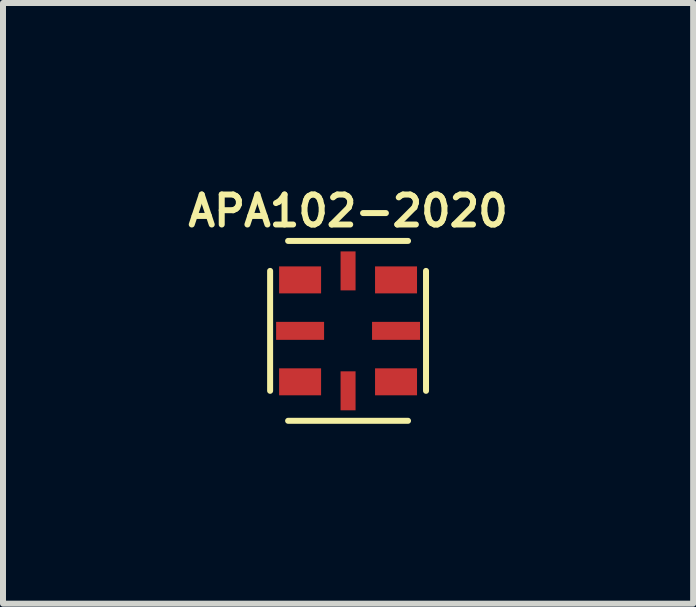
<source format=kicad_pcb>
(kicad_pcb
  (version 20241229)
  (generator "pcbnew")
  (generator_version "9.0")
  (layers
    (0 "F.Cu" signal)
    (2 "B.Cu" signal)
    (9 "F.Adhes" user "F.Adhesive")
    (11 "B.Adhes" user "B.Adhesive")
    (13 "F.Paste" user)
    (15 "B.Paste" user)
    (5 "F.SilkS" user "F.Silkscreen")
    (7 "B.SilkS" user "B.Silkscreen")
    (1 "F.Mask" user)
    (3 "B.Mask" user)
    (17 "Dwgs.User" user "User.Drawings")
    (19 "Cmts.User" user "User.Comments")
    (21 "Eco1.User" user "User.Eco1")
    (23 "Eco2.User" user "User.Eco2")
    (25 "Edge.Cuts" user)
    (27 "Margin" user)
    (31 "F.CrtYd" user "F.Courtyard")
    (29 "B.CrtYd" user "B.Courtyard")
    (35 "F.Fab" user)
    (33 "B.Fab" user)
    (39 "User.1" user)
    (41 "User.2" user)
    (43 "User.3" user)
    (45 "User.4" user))
  (footprint "APA102-2020"
    (layer "F.Cu")
    (at 2.755 2.468)
    (property "Reference" "APA102-2020" (at 0 -2 0) (layer "F.SilkS") (effects (font (size 0.5 0.5) (thickness 0.1))))
    (attr through_hole)
    (fp_line (start -1.3 -1) (end -1.3 1) (stroke (width 0.1) (type solid)) (layer "F.SilkS"))
    (fp_line (start -1 -1.5) (end 1 -1.5) (stroke (width 0.1) (type solid)) (layer "F.SilkS"))
    (fp_line (start -1 1.5) (end 1 1.5) (stroke (width 0.1) (type solid)) (layer "F.SilkS"))
    (fp_line (start 1.3 -1) (end 1.3 1) (stroke (width 0.1) (type solid)) (layer "F.SilkS"))
    (pad "1" smd rect (at -0.8 -0.85) (size 0.7 0.45) (layers "F.Cu" "F.Mask" "F.Paste"))
    (pad "1" smd rect (at 0 -1) (size 0.25 0.65) (layers "F.Cu" "F.Mask" "F.Paste"))
    (pad "2" smd rect (at -0.8 0) (size 0.8 0.3) (layers "F.Cu" "F.Mask" "F.Paste"))
    (pad "3" smd rect (at -0.8 0.85) (size 0.7 0.45) (layers "F.Cu" "F.Mask" "F.Paste"))
    (pad "4" smd rect (at 0.8 0.85) (size 0.7 0.45) (layers "F.Cu" "F.Mask" "F.Paste"))
    (pad "5" smd rect (at 0.8 0) (size 0.8 0.3) (layers "F.Cu" "F.Mask" "F.Paste"))
    (pad "6" smd rect (at 0 1) (size 0.25 0.65) (layers "F.Cu" "F.Mask" "F.Paste"))
    (pad "6" smd rect (at 0.8 -0.85) (size 0.7 0.45) (layers "F.Cu" "F.Mask" "F.Paste")))
  (gr_rect
    (start -3 -3)
    (end 8.51 7.018)
    (stroke (width 0.1) (type default))
    (fill no)
    (layer "Edge.Cuts")))
</source>
